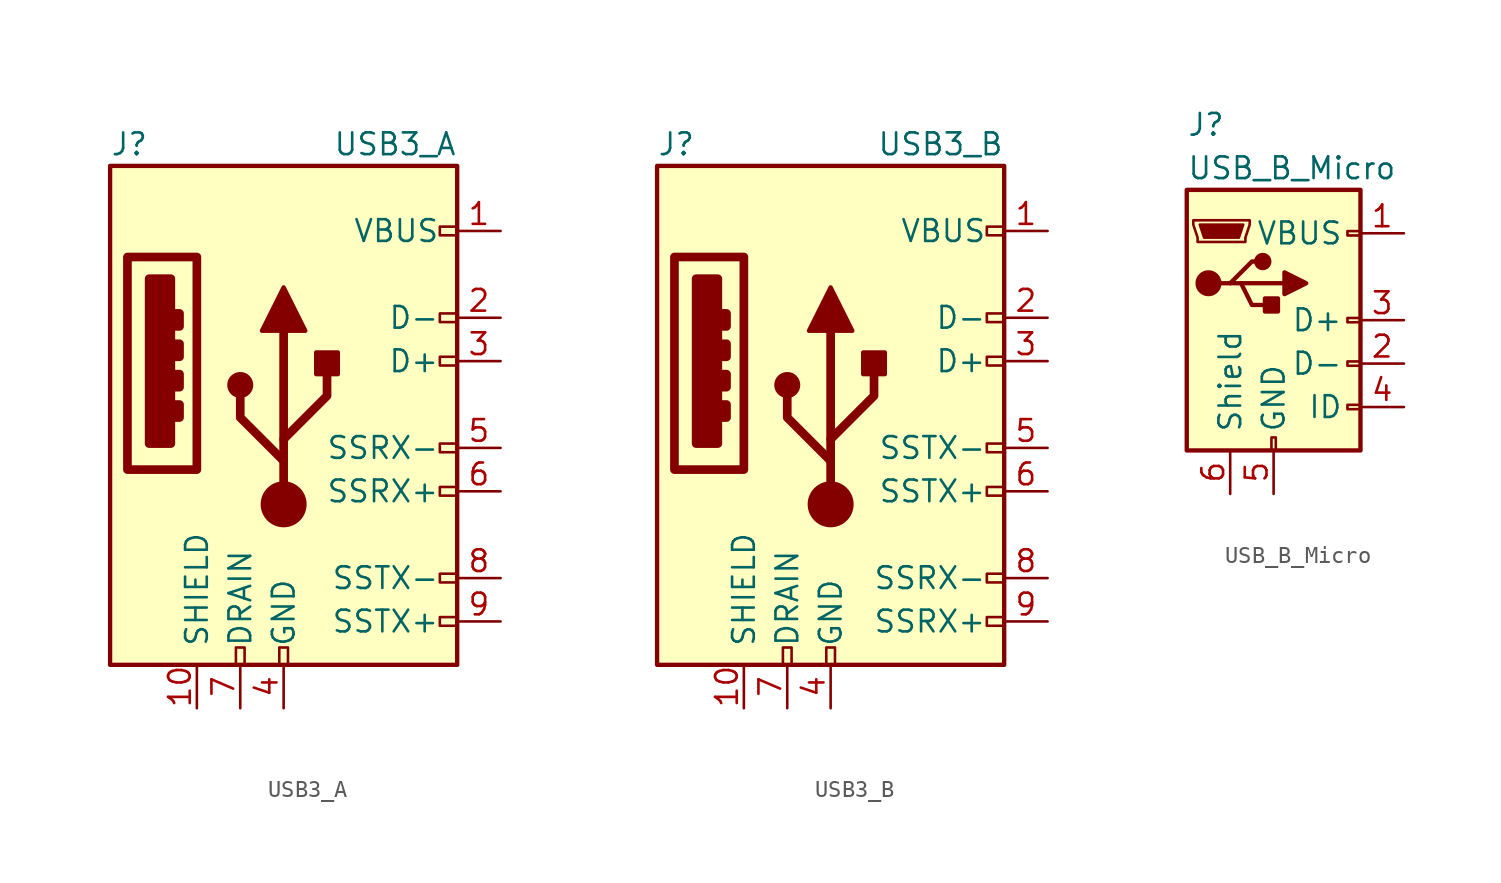
<source format=kicad_sym>
(kicad_symbol_lib
  (version 20210619)
  (generator kicad_symbol_editor)
  (symbol "Connector:USB3_A"
    (pin_names
      (offset 1.016))
    (property "Reference" "J"
      (at -10.16 15.24 0)
      (effects (font (size 1.27 1.27)) (justify left)))
    (property "Value" "USB3_A"
      (at 10.16 15.24 0)
      (effects (font (size 1.27 1.27)) (justify right)))
    (symbol "USB3_A_0_0"
      (rectangle (start -9.144 8.636) (end -5.08 -3.81) (stroke (width 0.508)) (fill (type none)))
      (rectangle (start -6.35 0) (end -6.096 -0.762) (stroke (width 0.508)) (fill (type none)))
      (rectangle (start -6.35 1.778) (end -6.096 1.016) (stroke (width 0.508)) (fill (type none)))
      (rectangle (start -6.35 3.556) (end -6.096 2.794) (stroke (width 0.508)) (fill (type none)))
      (rectangle (start -6.35 5.334) (end -6.096 4.572) (stroke (width 0.508)) (fill (type none)))
      (rectangle (start -2.794 -15.24) (end -2.286 -14.224) (stroke (width 0)) (fill (type none)))
      (rectangle (start -0.254 -15.24) (end 0.254 -14.224) (stroke (width 0)) (fill (type none)))
      (rectangle (start 10.16 -12.446) (end 9.144 -12.954) (stroke (width 0)) (fill (type none)))
      (rectangle (start 10.16 -9.906) (end 9.144 -10.414) (stroke (width 0)) (fill (type none)))
      (rectangle (start 10.16 -4.826) (end 9.144 -5.334) (stroke (width 0)) (fill (type none)))
      (rectangle (start 10.16 -2.286) (end 9.144 -2.794) (stroke (width 0)) (fill (type none)))
      (rectangle (start 10.16 2.794) (end 9.144 2.286) (stroke (width 0)) (fill (type none)))
      (rectangle (start 10.16 5.334) (end 9.144 4.826) (stroke (width 0)) (fill (type none)))
      (rectangle (start 10.16 10.414) (end 9.144 9.906) (stroke (width 0)) (fill (type none)))
      (rectangle (start -7.874 7.366) (end -6.604 -2.286) (stroke (width 0.508)) (fill (type outline))))
    (symbol "USB3_A_0_1"
      (rectangle (start -10.16 13.97) (end 10.16 -15.24) (stroke (width 0.254)) (fill (type background))))
    (symbol "USB3_A_1_1"
      (circle (center -2.54 1.143) (radius 0.635) (stroke (width 0.254)) (fill (type outline)))
      (circle (center 0 -5.842) (radius 1.27) (stroke (width 0)) (fill (type outline)))
      (rectangle (start 1.905 1.778) (end 3.175 3.048) (stroke (width 0.254)) (fill (type outline)))
      (polyline (pts (xy 0 -5.842) (xy 0 4.318)) (stroke (width 0.508)) (fill (type none)))
      (polyline (pts (xy 0 -3.302) (xy -2.54 -0.762) (xy -2.54 0.508)) (stroke (width 0.508)) (fill (type none)))
      (polyline (pts (xy 0 -2.032) (xy 2.54 0.508) (xy 2.54 1.778)) (stroke (width 0.508)) (fill (type none)))
      (polyline (pts (xy -1.27 4.318) (xy 0 6.858) (xy 1.27 4.318) (xy -1.27 4.318)) (stroke (width 0.254)) (fill (type outline)))
      (pin power_in line (at 12.7 10.16 180) (length 2.54) (name "VBUS" (effects (font (size 1.27 1.27)))) (number "1" (effects (font (size 1.27 1.27)))))
      (pin passive line (at -5.08 -17.78 90) (length 2.54) (name "SHIELD" (effects (font (size 1.27 1.27)))) (number "10" (effects (font (size 1.27 1.27)))))
      (pin bidirectional line (at 12.7 5.08 180) (length 2.54) (name "D-" (effects (font (size 1.27 1.27)))) (number "2" (effects (font (size 1.27 1.27)))))
      (pin bidirectional line (at 12.7 2.54 180) (length 2.54) (name "D+" (effects (font (size 1.27 1.27)))) (number "3" (effects (font (size 1.27 1.27)))))
      (pin power_in line (at 0 -17.78 90) (length 2.54) (name "GND" (effects (font (size 1.27 1.27)))) (number "4" (effects (font (size 1.27 1.27)))))
      (pin bidirectional line (at 12.7 -2.54 180) (length 2.54) (name "SSRX-" (effects (font (size 1.27 1.27)))) (number "5" (effects (font (size 1.27 1.27)))))
      (pin bidirectional line (at 12.7 -5.08 180) (length 2.54) (name "SSRX+" (effects (font (size 1.27 1.27)))) (number "6" (effects (font (size 1.27 1.27)))))
      (pin power_in line (at -2.54 -17.78 90) (length 2.54) (name "DRAIN" (effects (font (size 1.27 1.27)))) (number "7" (effects (font (size 1.27 1.27)))))
      (pin bidirectional line (at 12.7 -10.16 180) (length 2.54) (name "SSTX-" (effects (font (size 1.27 1.27)))) (number "8" (effects (font (size 1.27 1.27)))))
      (pin bidirectional line (at 12.7 -12.7 180) (length 2.54) (name "SSTX+" (effects (font (size 1.27 1.27)))) (number "9" (effects (font (size 1.27 1.27)))))))
  (symbol "Connector:USB3_B"
    (pin_names
      (offset 1.016))
    (property "Reference" "J"
      (at -10.16 15.24 0)
      (effects (font (size 1.27 1.27)) (justify left)))
    (property "Value" "USB3_B"
      (at 10.16 15.24 0)
      (effects (font (size 1.27 1.27)) (justify right)))
    (symbol "USB3_B_0_0"
      (rectangle (start -9.144 8.636) (end -5.08 -3.81) (stroke (width 0.508)) (fill (type none)))
      (rectangle (start -6.35 0) (end -6.096 -0.762) (stroke (width 0.508)) (fill (type none)))
      (rectangle (start -6.35 1.778) (end -6.096 1.016) (stroke (width 0.508)) (fill (type none)))
      (rectangle (start -6.35 3.556) (end -6.096 2.794) (stroke (width 0.508)) (fill (type none)))
      (rectangle (start -6.35 5.334) (end -6.096 4.572) (stroke (width 0.508)) (fill (type none)))
      (rectangle (start -2.794 -15.24) (end -2.286 -14.224) (stroke (width 0)) (fill (type none)))
      (rectangle (start -0.254 -15.24) (end 0.254 -14.224) (stroke (width 0)) (fill (type none)))
      (rectangle (start 10.16 -12.446) (end 9.144 -12.954) (stroke (width 0)) (fill (type none)))
      (rectangle (start 10.16 -9.906) (end 9.144 -10.414) (stroke (width 0)) (fill (type none)))
      (rectangle (start 10.16 -4.826) (end 9.144 -5.334) (stroke (width 0)) (fill (type none)))
      (rectangle (start 10.16 -2.286) (end 9.144 -2.794) (stroke (width 0)) (fill (type none)))
      (rectangle (start 10.16 2.794) (end 9.144 2.286) (stroke (width 0)) (fill (type none)))
      (rectangle (start 10.16 5.334) (end 9.144 4.826) (stroke (width 0)) (fill (type none)))
      (rectangle (start 10.16 10.414) (end 9.144 9.906) (stroke (width 0)) (fill (type none)))
      (rectangle (start -7.874 7.366) (end -6.604 -2.286) (stroke (width 0.508)) (fill (type outline))))
    (symbol "USB3_B_0_1"
      (rectangle (start -10.16 13.97) (end 10.16 -15.24) (stroke (width 0.254)) (fill (type background))))
    (symbol "USB3_B_1_1"
      (circle (center -2.54 1.143) (radius 0.635) (stroke (width 0.254)) (fill (type outline)))
      (circle (center 0 -5.842) (radius 1.27) (stroke (width 0)) (fill (type outline)))
      (rectangle (start 1.905 1.778) (end 3.175 3.048) (stroke (width 0.254)) (fill (type outline)))
      (polyline (pts (xy 0 -5.842) (xy 0 4.318)) (stroke (width 0.508)) (fill (type none)))
      (polyline (pts (xy 0 -3.302) (xy -2.54 -0.762) (xy -2.54 0.508)) (stroke (width 0.508)) (fill (type none)))
      (polyline (pts (xy 0 -2.032) (xy 2.54 0.508) (xy 2.54 1.778)) (stroke (width 0.508)) (fill (type none)))
      (polyline (pts (xy -1.27 4.318) (xy 0 6.858) (xy 1.27 4.318) (xy -1.27 4.318)) (stroke (width 0.254)) (fill (type outline)))
      (pin power_in line (at 12.7 10.16 180) (length 2.54) (name "VBUS" (effects (font (size 1.27 1.27)))) (number "1" (effects (font (size 1.27 1.27)))))
      (pin passive line (at -5.08 -17.78 90) (length 2.54) (name "SHIELD" (effects (font (size 1.27 1.27)))) (number "10" (effects (font (size 1.27 1.27)))))
      (pin bidirectional line (at 12.7 5.08 180) (length 2.54) (name "D-" (effects (font (size 1.27 1.27)))) (number "2" (effects (font (size 1.27 1.27)))))
      (pin bidirectional line (at 12.7 2.54 180) (length 2.54) (name "D+" (effects (font (size 1.27 1.27)))) (number "3" (effects (font (size 1.27 1.27)))))
      (pin power_in line (at 0 -17.78 90) (length 2.54) (name "GND" (effects (font (size 1.27 1.27)))) (number "4" (effects (font (size 1.27 1.27)))))
      (pin bidirectional line (at 12.7 -2.54 180) (length 2.54) (name "SSTX-" (effects (font (size 1.27 1.27)))) (number "5" (effects (font (size 1.27 1.27)))))
      (pin bidirectional line (at 12.7 -5.08 180) (length 2.54) (name "SSTX+" (effects (font (size 1.27 1.27)))) (number "6" (effects (font (size 1.27 1.27)))))
      (pin power_in line (at -2.54 -17.78 90) (length 2.54) (name "DRAIN" (effects (font (size 1.27 1.27)))) (number "7" (effects (font (size 1.27 1.27)))))
      (pin bidirectional line (at 12.7 -10.16 180) (length 2.54) (name "SSRX-" (effects (font (size 1.27 1.27)))) (number "8" (effects (font (size 1.27 1.27)))))
      (pin bidirectional line (at 12.7 -12.7 180) (length 2.54) (name "SSRX+" (effects (font (size 1.27 1.27)))) (number "9" (effects (font (size 1.27 1.27)))))))
  (symbol "Connector:USB_B_Micro"
    (pin_names
      (offset 1.016))
    (property "Reference" "J"
      (at -5.08 11.43 0)
      (effects (font (size 1.27 1.27)) (justify left)))
    (property "Value" "USB_B_Micro"
      (at -5.08 8.89 0)
      (effects (font (size 1.27 1.27)) (justify left)))
    (symbol "USB_B_Micro_0_1"
      (circle (center -3.81 2.159) (radius 0.635) (stroke (width 0.254)) (fill (type outline)))
      (circle (center -0.635 3.429) (radius 0.381) (stroke (width 0.254)) (fill (type outline)))
      (rectangle (start -0.127 -7.62) (end 0.127 -6.858) (stroke (width 0)) (fill (type none)))
      (rectangle (start 5.08 -5.207) (end 4.318 -4.953) (stroke (width 0)) (fill (type none)))
      (rectangle (start 5.08 -2.667) (end 4.318 -2.413) (stroke (width 0)) (fill (type none)))
      (rectangle (start 5.08 -0.127) (end 4.318 0.127) (stroke (width 0)) (fill (type none)))
      (rectangle (start 5.08 4.953) (end 4.318 5.207) (stroke (width 0)) (fill (type none)))
      (rectangle (start 0.254 1.27) (end -0.508 0.508) (stroke (width 0.254)) (fill (type outline)))
      (rectangle (start -5.08 -7.62) (end 5.08 7.62) (stroke (width 0.254)) (fill (type background)))
      (polyline (pts (xy -1.905 2.159) (xy 0.635 2.159)) (stroke (width 0.254)) (fill (type none)))
      (polyline (pts (xy -3.175 2.159) (xy -2.54 2.159) (xy -1.27 3.429) (xy -0.635 3.429)) (stroke (width 0.254)) (fill (type none)))
      (polyline (pts (xy -2.54 2.159) (xy -1.905 2.159) (xy -1.27 0.889) (xy 0 0.889)) (stroke (width 0.254)) (fill (type none)))
      (polyline (pts (xy -4.699 5.842) (xy -4.699 5.588) (xy -4.445 4.826) (xy -4.445 4.572) (xy -1.651 4.572) (xy -1.651 4.826) (xy -1.397 5.588) (xy -1.397 5.842) (xy -4.699 5.842)) (stroke (width 0)) (fill (type none)))
      (polyline (pts (xy 0.635 2.794) (xy 0.635 1.524) (xy 1.905 2.159) (xy 0.635 2.794)) (stroke (width 0.254)) (fill (type outline)))
      (polyline (pts (xy -4.318 5.588) (xy -1.778 5.588) (xy -2.032 4.826) (xy -4.064 4.826) (xy -4.318 5.588)) (stroke (width 0)) (fill (type outline))))
    (symbol "USB_B_Micro_1_1"
      (pin power_out line (at 7.62 5.08 180) (length 2.54) (name "VBUS" (effects (font (size 1.27 1.27)))) (number "1" (effects (font (size 1.27 1.27)))))
      (pin passive line (at 7.62 -2.54 180) (length 2.54) (name "D-" (effects (font (size 1.27 1.27)))) (number "2" (effects (font (size 1.27 1.27)))))
      (pin passive line (at 7.62 0 180) (length 2.54) (name "D+" (effects (font (size 1.27 1.27)))) (number "3" (effects (font (size 1.27 1.27)))))
      (pin passive line (at 7.62 -5.08 180) (length 2.54) (name "ID" (effects (font (size 1.27 1.27)))) (number "4" (effects (font (size 1.27 1.27)))))
      (pin power_out line (at 0 -10.16 90) (length 2.54) (name "GND" (effects (font (size 1.27 1.27)))) (number "5" (effects (font (size 1.27 1.27)))))
      (pin passive line (at -2.54 -10.16 90) (length 2.54) (name "Shield" (effects (font (size 1.27 1.27)))) (number "6" (effects (font (size 1.27 1.27))))))))
</source>
